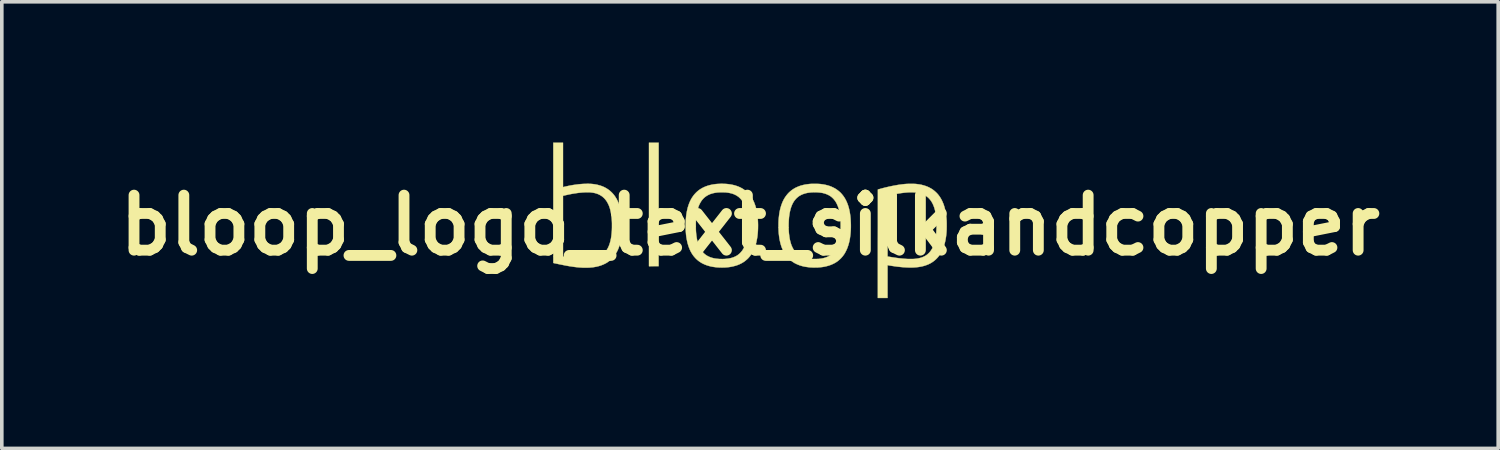
<source format=kicad_pcb>
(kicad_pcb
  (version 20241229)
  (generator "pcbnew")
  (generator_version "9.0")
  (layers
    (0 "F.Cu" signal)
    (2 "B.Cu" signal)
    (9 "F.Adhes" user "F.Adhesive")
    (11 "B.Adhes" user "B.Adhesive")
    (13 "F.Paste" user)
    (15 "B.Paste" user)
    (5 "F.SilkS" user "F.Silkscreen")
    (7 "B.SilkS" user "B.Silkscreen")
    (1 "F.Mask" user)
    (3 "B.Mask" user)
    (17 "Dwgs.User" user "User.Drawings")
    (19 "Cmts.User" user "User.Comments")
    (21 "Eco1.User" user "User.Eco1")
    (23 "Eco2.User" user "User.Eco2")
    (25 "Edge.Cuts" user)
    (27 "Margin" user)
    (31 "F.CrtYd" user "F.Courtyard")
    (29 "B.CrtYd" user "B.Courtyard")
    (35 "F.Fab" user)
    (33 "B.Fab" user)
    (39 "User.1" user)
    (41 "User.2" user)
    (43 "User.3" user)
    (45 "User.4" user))
  (footprint "bloop_logo_text_silkandcopper"
    (layer "F.Cu")
    (at 17.715 3.187)
    (property "Reference" "bloop_logo_text_silkandcopper" (at 0 0 0) (layer "F.SilkS") (effects (font (size 1.524 1.524) (thickness 0.3))))
    (attr smd)
    (fp_poly (pts (xy 2.742 1.633) (xy 2.746 1.636) (xy 2.748 1.641) (xy 2.747 1.644) (xy 2.746 1.646) (xy 2.741 1.65) (xy 2.734 1.654) (xy 2.724 1.66) (xy 2.713 1.666) (xy 2.7 1.673) (xy 2.686 1.681) (xy 2.67 1.689) (xy 2.654 1.697) (xy 2.638 1.705) (xy 2.621 1.713) (xy 2.604 1.722) (xy 2.588 1.729) (xy 2.572 1.736) (xy 2.561 1.741) (xy 2.491 1.771) (xy 2.42 1.798) (xy 2.347 1.821) (xy 2.274 1.843) (xy 2.201 1.861) (xy 2.127 1.876) (xy 2.053 1.889) (xy 1.98 1.898) (xy 1.907 1.904) (xy 1.835 1.908) (xy 1.83 1.908) (xy 1.818 1.908) (xy 1.806 1.908) (xy 1.796 1.908) (xy 1.787 1.909) (xy 1.78 1.909) (xy 1.777 1.909) (xy 1.773 1.909) (xy 1.767 1.909) (xy 1.757 1.909) (xy 1.747 1.909) (xy 1.734 1.909) (xy 1.721 1.908) (xy 1.719 1.908) (xy 1.639 1.905) (xy 1.56 1.898) (xy 1.481 1.887) (xy 1.402 1.874) (xy 1.324 1.857) (xy 1.246 1.837) (xy 1.17 1.814) (xy 1.094 1.788) (xy 1.019 1.758) (xy 0.946 1.726) (xy 0.892 1.7) (xy 0.876 1.692) (xy 0.861 1.684) (xy 0.846 1.676) (xy 0.833 1.669) (xy 0.821 1.662) (xy 0.811 1.656) (xy 0.803 1.652) (xy 0.797 1.648) (xy 0.794 1.646) (xy 0.794 1.645) (xy 0.793 1.641) (xy 0.795 1.636) (xy 0.798 1.634) (xy 0.799 1.634) (xy 0.802 1.634) (xy 0.806 1.635) (xy 0.812 1.638) (xy 0.82 1.641) (xy 0.831 1.646) (xy 0.837 1.648) (xy 0.911 1.679) (xy 0.985 1.707) (xy 1.061 1.732) (xy 1.138 1.754) (xy 1.216 1.773) (xy 1.296 1.79) (xy 1.377 1.803) (xy 1.46 1.814) (xy 1.545 1.823) (xy 1.57 1.824) (xy 1.622 1.828) (xy 1.676 1.83) (xy 1.731 1.831) (xy 1.788 1.831) (xy 1.844 1.83) (xy 1.9 1.829) (xy 1.953 1.826) (xy 1.978 1.825) (xy 2.062 1.817) (xy 2.143 1.807) (xy 2.224 1.795) (xy 2.302 1.779) (xy 2.38 1.761) (xy 2.456 1.739) (xy 2.532 1.715) (xy 2.607 1.688) (xy 2.682 1.657) (xy 2.705 1.648) (xy 2.716 1.643) (xy 2.725 1.639) (xy 2.733 1.636) (xy 2.739 1.634) (xy 2.742 1.633) (xy 2.742 1.633)) (stroke (width 0.102) (type solid)) (fill yes) (layer "F.Mask"))
    (fp_poly (pts (xy 1.795 -1.904) (xy 1.815 -1.904) (xy 1.833 -1.904) (xy 1.849 -1.904) (xy 1.864 -1.903) (xy 1.878 -1.903) (xy 1.891 -1.902) (xy 1.904 -1.901) (xy 1.917 -1.9) (xy 1.931 -1.899) (xy 1.946 -1.898) (xy 1.952 -1.897) (xy 2.033 -1.888) (xy 2.113 -1.875) (xy 2.193 -1.859) (xy 2.272 -1.84) (xy 2.35 -1.817) (xy 2.427 -1.792) (xy 2.503 -1.763) (xy 2.559 -1.739) (xy 2.572 -1.733) (xy 2.587 -1.726) (xy 2.603 -1.718) (xy 2.62 -1.71) (xy 2.637 -1.702) (xy 2.653 -1.694) (xy 2.67 -1.685) (xy 2.686 -1.677) (xy 2.7 -1.669) (xy 2.713 -1.662) (xy 2.725 -1.656) (xy 2.734 -1.651) (xy 2.74 -1.647) (xy 2.742 -1.645) (xy 2.746 -1.642) (xy 2.746 -1.639) (xy 2.746 -1.638) (xy 2.744 -1.635) (xy 2.742 -1.633) (xy 2.74 -1.634) (xy 2.735 -1.635) (xy 2.728 -1.638) (xy 2.72 -1.641) (xy 2.713 -1.644) (xy 2.641 -1.675) (xy 2.568 -1.703) (xy 2.492 -1.728) (xy 2.415 -1.751) (xy 2.336 -1.771) (xy 2.255 -1.788) (xy 2.174 -1.802) (xy 2.091 -1.813) (xy 2.042 -1.819) (xy 2.008 -1.822) (xy 1.976 -1.824) (xy 1.944 -1.826) (xy 1.913 -1.828) (xy 1.881 -1.829) (xy 1.847 -1.83) (xy 1.812 -1.831) (xy 1.774 -1.831) (xy 1.769 -1.831) (xy 1.712 -1.831) (xy 1.659 -1.829) (xy 1.607 -1.827) (xy 1.558 -1.824) (xy 1.509 -1.821) (xy 1.462 -1.816) (xy 1.415 -1.81) (xy 1.367 -1.803) (xy 1.339 -1.798) (xy 1.267 -1.785) (xy 1.197 -1.77) (xy 1.129 -1.752) (xy 1.061 -1.732) (xy 0.993 -1.71) (xy 0.925 -1.685) (xy 0.856 -1.657) (xy 0.811 -1.637) (xy 0.805 -1.634) (xy 0.802 -1.633) (xy 0.8 -1.633) (xy 0.798 -1.634) (xy 0.797 -1.635) (xy 0.795 -1.637) (xy 0.794 -1.639) (xy 0.795 -1.641) (xy 0.797 -1.643) (xy 0.8 -1.646) (xy 0.806 -1.65) (xy 0.815 -1.655) (xy 0.826 -1.661) (xy 0.826 -1.661) (xy 0.898 -1.699) (xy 0.971 -1.734) (xy 1.045 -1.766) (xy 1.121 -1.794) (xy 1.197 -1.819) (xy 1.275 -1.841) (xy 1.353 -1.86) (xy 1.432 -1.876) (xy 1.512 -1.888) (xy 1.522 -1.89) (xy 1.546 -1.893) (xy 1.568 -1.895) (xy 1.589 -1.897) (xy 1.609 -1.899) (xy 1.628 -1.901) (xy 1.647 -1.902) (xy 1.667 -1.903) (xy 1.688 -1.903) (xy 1.711 -1.904) (xy 1.735 -1.904) (xy 1.763 -1.904) (xy 1.771 -1.904) (xy 1.795 -1.904)) (stroke (width 0.127) (type solid)) (fill yes) (layer "F.Mask"))
    (fp_poly (pts (xy 0.401 2.075) (xy 0.406 2.077) (xy 0.412 2.08) (xy 0.421 2.084) (xy 0.431 2.088) (xy 0.433 2.089) (xy 0.518 2.126) (xy 0.604 2.161) (xy 0.691 2.192) (xy 0.779 2.221) (xy 0.868 2.247) (xy 0.959 2.27) (xy 1.051 2.291) (xy 1.145 2.309) (xy 1.241 2.324) (xy 1.305 2.332) (xy 1.384 2.341) (xy 1.466 2.349) (xy 1.55 2.354) (xy 1.635 2.358) (xy 1.722 2.36) (xy 1.808 2.36) (xy 1.895 2.358) (xy 1.98 2.355) (xy 2.065 2.35) (xy 2.148 2.343) (xy 2.161 2.342) (xy 2.26 2.33) (xy 2.357 2.316) (xy 2.454 2.299) (xy 2.548 2.278) (xy 2.642 2.255) (xy 2.735 2.228) (xy 2.828 2.199) (xy 2.92 2.166) (xy 3.011 2.129) (xy 3.1 2.091) (xy 3.113 2.085) (xy 3.123 2.081) (xy 3.131 2.078) (xy 3.137 2.076) (xy 3.141 2.075) (xy 3.144 2.076) (xy 3.146 2.077) (xy 3.147 2.079) (xy 3.148 2.081) (xy 3.149 2.083) (xy 3.149 2.085) (xy 3.149 2.087) (xy 3.147 2.089) (xy 3.145 2.091) (xy 3.141 2.094) (xy 3.135 2.098) (xy 3.128 2.102) (xy 3.118 2.108) (xy 3.106 2.115) (xy 3.092 2.123) (xy 3.085 2.126) (xy 3.004 2.17) (xy 2.92 2.211) (xy 2.835 2.249) (xy 2.748 2.284) (xy 2.66 2.317) (xy 2.571 2.346) (xy 2.481 2.372) (xy 2.39 2.396) (xy 2.299 2.415) (xy 2.268 2.421) (xy 2.193 2.434) (xy 2.117 2.445) (xy 2.043 2.454) (xy 1.969 2.461) (xy 1.897 2.465) (xy 1.839 2.466) (xy 1.825 2.467) (xy 1.812 2.467) (xy 1.801 2.467) (xy 1.791 2.467) (xy 1.783 2.467) (xy 1.778 2.468) (xy 1.776 2.468) (xy 1.772 2.468) (xy 1.766 2.468) (xy 1.756 2.468) (xy 1.745 2.468) (xy 1.732 2.467) (xy 1.719 2.467) (xy 1.709 2.467) (xy 1.621 2.464) (xy 1.533 2.458) (xy 1.444 2.448) (xy 1.389 2.441) (xy 1.294 2.426) (xy 1.2 2.407) (xy 1.107 2.385) (xy 1.015 2.36) (xy 0.923 2.332) (xy 0.833 2.301) (xy 0.744 2.266) (xy 0.656 2.228) (xy 0.569 2.187) (xy 0.548 2.177) (xy 0.533 2.169) (xy 0.517 2.161) (xy 0.501 2.152) (xy 0.485 2.144) (xy 0.469 2.135) (xy 0.454 2.127) (xy 0.439 2.119) (xy 0.426 2.112) (xy 0.415 2.105) (xy 0.405 2.1) (xy 0.398 2.096) (xy 0.394 2.092) (xy 0.392 2.092) (xy 0.39 2.088) (xy 0.39 2.083) (xy 0.392 2.078) (xy 0.395 2.075) (xy 0.398 2.074) (xy 0.401 2.075)) (stroke (width 0.102) (type solid)) (fill yes) (layer "F.Mask"))
    (fp_poly (pts (xy -0.084 2.588) (xy -0.078 2.59) (xy -0.071 2.593) (xy -0.062 2.597) (xy -0.053 2.601) (xy -0.048 2.603) (xy 0.051 2.648) (xy 0.151 2.69) (xy 0.252 2.728) (xy 0.355 2.764) (xy 0.459 2.798) (xy 0.564 2.828) (xy 0.671 2.855) (xy 0.779 2.88) (xy 0.889 2.902) (xy 1.001 2.921) (xy 1.114 2.938) (xy 1.229 2.951) (xy 1.347 2.962) (xy 1.466 2.97) (xy 1.522 2.973) (xy 1.574 2.976) (xy 1.629 2.977) (xy 1.685 2.978) (xy 1.743 2.979) (xy 1.802 2.979) (xy 1.861 2.978) (xy 1.919 2.977) (xy 1.977 2.975) (xy 2.032 2.973) (xy 2.046 2.973) (xy 2.162 2.966) (xy 2.275 2.956) (xy 2.387 2.944) (xy 2.497 2.93) (xy 2.605 2.912) (xy 2.711 2.892) (xy 2.817 2.87) (xy 2.921 2.844) (xy 3.024 2.816) (xy 3.126 2.784) (xy 3.228 2.75) (xy 3.329 2.713) (xy 3.43 2.673) (xy 3.531 2.63) (xy 3.584 2.606) (xy 3.596 2.6) (xy 3.606 2.595) (xy 3.614 2.592) (xy 3.62 2.59) (xy 3.624 2.589) (xy 3.627 2.588) (xy 3.629 2.588) (xy 3.634 2.591) (xy 3.638 2.596) (xy 3.639 2.601) (xy 3.637 2.607) (xy 3.634 2.611) (xy 3.631 2.613) (xy 3.626 2.616) (xy 3.618 2.621) (xy 3.609 2.626) (xy 3.598 2.633) (xy 3.585 2.64) (xy 3.572 2.648) (xy 3.558 2.656) (xy 3.544 2.664) (xy 3.53 2.672) (xy 3.516 2.679) (xy 3.503 2.686) (xy 3.501 2.687) (xy 3.402 2.739) (xy 3.302 2.787) (xy 3.201 2.832) (xy 3.098 2.874) (xy 2.995 2.913) (xy 2.89 2.949) (xy 2.785 2.981) (xy 2.678 3.01) (xy 2.571 3.036) (xy 2.463 3.059) (xy 2.354 3.079) (xy 2.245 3.095) (xy 2.135 3.108) (xy 2.025 3.117) (xy 1.965 3.121) (xy 1.934 3.122) (xy 1.9 3.124) (xy 1.865 3.124) (xy 1.829 3.125) (xy 1.792 3.126) (xy 1.756 3.126) (xy 1.722 3.126) (xy 1.689 3.125) (xy 1.658 3.124) (xy 1.648 3.124) (xy 1.537 3.118) (xy 1.426 3.109) (xy 1.315 3.097) (xy 1.206 3.082) (xy 1.097 3.063) (xy 0.989 3.041) (xy 0.882 3.015) (xy 0.775 2.987) (xy 0.669 2.955) (xy 0.623 2.94) (xy 0.519 2.903) (xy 0.417 2.864) (xy 0.315 2.821) (xy 0.214 2.775) (xy 0.114 2.726) (xy 0.016 2.674) (xy 0.004 2.668) (xy -0.01 2.66) (xy -0.025 2.652) (xy -0.039 2.644) (xy -0.052 2.636) (xy -0.064 2.629) (xy -0.074 2.623) (xy -0.083 2.618) (xy -0.089 2.614) (xy -0.093 2.611) (xy -0.094 2.61) (xy -0.098 2.605) (xy -0.098 2.599) (xy -0.095 2.593) (xy -0.094 2.592) (xy -0.09 2.589) (xy -0.086 2.587) (xy -0.086 2.587) (xy -0.084 2.588)) (stroke (width 0.102) (type solid)) (fill yes) (layer "F.Mask"))
    (fp_poly (pts (xy 1.801 -2.465) (xy 1.825 -2.464) (xy 1.846 -2.464) (xy 1.866 -2.464) (xy 1.884 -2.464) (xy 1.9 -2.463) (xy 1.917 -2.462) (xy 1.933 -2.462) (xy 1.949 -2.46) (xy 1.966 -2.459) (xy 1.985 -2.458) (xy 2.005 -2.456) (xy 2.022 -2.454) (xy 2.116 -2.444) (xy 2.21 -2.43) (xy 2.303 -2.413) (xy 2.395 -2.393) (xy 2.487 -2.37) (xy 2.578 -2.343) (xy 2.668 -2.313) (xy 2.758 -2.28) (xy 2.846 -2.244) (xy 2.932 -2.205) (xy 3.018 -2.162) (xy 3.091 -2.123) (xy 3.106 -2.115) (xy 3.118 -2.108) (xy 3.128 -2.102) (xy 3.136 -2.098) (xy 3.142 -2.094) (xy 3.146 -2.091) (xy 3.148 -2.089) (xy 3.15 -2.087) (xy 3.151 -2.085) (xy 3.151 -2.084) (xy 3.15 -2.079) (xy 3.148 -2.075) (xy 3.144 -2.073) (xy 3.143 -2.073) (xy 3.14 -2.073) (xy 3.135 -2.075) (xy 3.128 -2.078) (xy 3.12 -2.082) (xy 3.112 -2.086) (xy 3.028 -2.123) (xy 2.941 -2.158) (xy 2.853 -2.19) (xy 2.763 -2.219) (xy 2.671 -2.246) (xy 2.577 -2.27) (xy 2.482 -2.291) (xy 2.385 -2.309) (xy 2.286 -2.324) (xy 2.186 -2.337) (xy 2.099 -2.345) (xy 2.066 -2.348) (xy 2.035 -2.35) (xy 2.005 -2.352) (xy 1.975 -2.354) (xy 1.946 -2.355) (xy 1.915 -2.356) (xy 1.884 -2.357) (xy 1.851 -2.357) (xy 1.815 -2.358) (xy 1.777 -2.358) (xy 1.768 -2.358) (xy 1.72 -2.358) (xy 1.676 -2.357) (xy 1.634 -2.356) (xy 1.593 -2.355) (xy 1.554 -2.353) (xy 1.516 -2.351) (xy 1.478 -2.349) (xy 1.439 -2.346) (xy 1.4 -2.342) (xy 1.37 -2.339) (xy 1.269 -2.327) (xy 1.17 -2.312) (xy 1.071 -2.294) (xy 0.974 -2.272) (xy 0.878 -2.248) (xy 0.783 -2.22) (xy 0.689 -2.189) (xy 0.596 -2.155) (xy 0.504 -2.117) (xy 0.43 -2.085) (xy 0.421 -2.081) (xy 0.414 -2.077) (xy 0.407 -2.075) (xy 0.403 -2.073) (xy 0.401 -2.073) (xy 0.398 -2.074) (xy 0.396 -2.076) (xy 0.393 -2.08) (xy 0.393 -2.086) (xy 0.396 -2.09) (xy 0.396 -2.09) (xy 0.398 -2.092) (xy 0.403 -2.095) (xy 0.41 -2.099) (xy 0.418 -2.103) (xy 0.427 -2.109) (xy 0.431 -2.111) (xy 0.515 -2.157) (xy 0.601 -2.2) (xy 0.688 -2.239) (xy 0.776 -2.276) (xy 0.866 -2.31) (xy 0.957 -2.34) (xy 1.049 -2.367) (xy 1.141 -2.391) (xy 1.153 -2.394) (xy 1.247 -2.414) (xy 1.34 -2.431) (xy 1.434 -2.445) (xy 1.528 -2.455) (xy 1.56 -2.458) (xy 1.578 -2.459) (xy 1.594 -2.46) (xy 1.609 -2.461) (xy 1.623 -2.462) (xy 1.637 -2.463) (xy 1.65 -2.463) (xy 1.664 -2.464) (xy 1.678 -2.464) (xy 1.694 -2.464) (xy 1.712 -2.464) (xy 1.731 -2.465) (xy 1.754 -2.465) (xy 1.774 -2.465) (xy 1.801 -2.465)) (stroke (width 0.127) (type solid)) (fill yes) (layer "F.Mask"))
    (fp_poly (pts (xy 1.829 -3.124) (xy 1.939 -3.12) (xy 2.049 -3.113) (xy 2.159 -3.103) (xy 2.211 -3.097) (xy 2.321 -3.082) (xy 2.43 -3.063) (xy 2.538 -3.042) (xy 2.646 -3.017) (xy 2.753 -2.988) (xy 2.858 -2.957) (xy 2.963 -2.922) (xy 3.067 -2.884) (xy 3.17 -2.844) (xy 3.271 -2.799) (xy 3.371 -2.752) (xy 3.47 -2.702) (xy 3.567 -2.649) (xy 3.614 -2.622) (xy 3.622 -2.617) (xy 3.629 -2.613) (xy 3.634 -2.609) (xy 3.637 -2.607) (xy 3.637 -2.606) (xy 3.639 -2.6) (xy 3.637 -2.594) (xy 3.634 -2.589) (xy 3.628 -2.586) (xy 3.626 -2.587) (xy 3.621 -2.588) (xy 3.615 -2.591) (xy 3.605 -2.594) (xy 3.594 -2.6) (xy 3.586 -2.603) (xy 3.484 -2.649) (xy 3.381 -2.692) (xy 3.276 -2.731) (xy 3.17 -2.768) (xy 3.063 -2.802) (xy 2.954 -2.833) (xy 2.843 -2.86) (xy 2.731 -2.885) (xy 2.617 -2.907) (xy 2.502 -2.926) (xy 2.385 -2.942) (xy 2.266 -2.955) (xy 2.146 -2.965) (xy 2.073 -2.969) (xy 2.053 -2.97) (xy 2.034 -2.971) (xy 2.017 -2.972) (xy 2 -2.973) (xy 1.984 -2.974) (xy 1.969 -2.974) (xy 1.954 -2.975) (xy 1.938 -2.975) (xy 1.921 -2.975) (xy 1.903 -2.976) (xy 1.884 -2.976) (xy 1.863 -2.976) (xy 1.84 -2.976) (xy 1.815 -2.976) (xy 1.787 -2.976) (xy 1.767 -2.976) (xy 1.736 -2.976) (xy 1.708 -2.976) (xy 1.683 -2.976) (xy 1.66 -2.976) (xy 1.639 -2.976) (xy 1.619 -2.975) (xy 1.601 -2.975) (xy 1.584 -2.975) (xy 1.567 -2.974) (xy 1.551 -2.974) (xy 1.535 -2.973) (xy 1.518 -2.972) (xy 1.5 -2.972) (xy 1.481 -2.971) (xy 1.461 -2.969) (xy 1.456 -2.969) (xy 1.342 -2.962) (xy 1.23 -2.951) (xy 1.119 -2.939) (xy 1.011 -2.923) (xy 0.904 -2.905) (xy 0.798 -2.885) (xy 0.694 -2.861) (xy 0.591 -2.835) (xy 0.488 -2.806) (xy 0.387 -2.774) (xy 0.286 -2.739) (xy 0.185 -2.701) (xy 0.084 -2.66) (xy -0.016 -2.616) (xy -0.041 -2.605) (xy -0.052 -2.6) (xy -0.062 -2.595) (xy -0.071 -2.591) (xy -0.078 -2.588) (xy -0.083 -2.586) (xy -0.085 -2.586) (xy -0.085 -2.586) (xy -0.088 -2.587) (xy -0.091 -2.588) (xy -0.096 -2.592) (xy -0.098 -2.598) (xy -0.097 -2.604) (xy -0.097 -2.606) (xy -0.095 -2.608) (xy -0.09 -2.611) (xy -0.084 -2.615) (xy -0.076 -2.62) (xy -0.066 -2.626) (xy -0.061 -2.629) (xy 0.036 -2.683) (xy 0.134 -2.734) (xy 0.234 -2.783) (xy 0.335 -2.828) (xy 0.437 -2.87) (xy 0.539 -2.909) (xy 0.643 -2.944) (xy 0.748 -2.977) (xy 0.854 -3.006) (xy 0.96 -3.032) (xy 1.067 -3.055) (xy 1.174 -3.075) (xy 1.282 -3.091) (xy 1.391 -3.104) (xy 1.5 -3.114) (xy 1.609 -3.121) (xy 1.719 -3.124) (xy 1.829 -3.124)) (stroke (width 0.127) (type solid)) (fill yes) (layer "F.Mask"))
    (fp_poly (pts (xy -2.53 -0.577) (xy -2.531 1.132) (xy -2.664 1.132) (xy -2.797 1.133) (xy -2.797 -2.286) (xy -2.53 -2.286) (xy -2.53 -0.577)) (stroke (width 0.01) (type solid)) (fill yes) (layer "F.SilkS"))
    (fp_poly (pts (xy -5.178 -1.055) (xy -5.156 -1.061) (xy -5.07 -1.081) (xy -4.985 -1.099) (xy -4.9 -1.114) (xy -4.814 -1.126) (xy -4.726 -1.137) (xy -4.637 -1.144) (xy -4.631 -1.145) (xy -4.621 -1.145) (xy -4.608 -1.146) (xy -4.593 -1.146) (xy -4.576 -1.147) (xy -4.557 -1.147) (xy -4.538 -1.147) (xy -4.518 -1.148) (xy -4.499 -1.148) (xy -4.48 -1.148) (xy -4.462 -1.148) (xy -4.446 -1.147) (xy -4.432 -1.147) (xy -4.421 -1.147) (xy -4.415 -1.147) (xy -4.365 -1.143) (xy -4.317 -1.137) (xy -4.272 -1.13) (xy -4.228 -1.121) (xy -4.186 -1.11) (xy -4.144 -1.098) (xy -4.134 -1.095) (xy -4.085 -1.077) (xy -4.037 -1.056) (xy -3.992 -1.032) (xy -3.949 -1.006) (xy -3.908 -0.977) (xy -3.869 -0.946) (xy -3.832 -0.912) (xy -3.798 -0.876) (xy -3.765 -0.837) (xy -3.735 -0.795) (xy -3.731 -0.789) (xy -3.72 -0.772) (xy -3.711 -0.757) (xy -3.702 -0.743) (xy -3.694 -0.729) (xy -3.686 -0.714) (xy -3.677 -0.697) (xy -3.676 -0.693) (xy -3.653 -0.645) (xy -3.632 -0.595) (xy -3.614 -0.542) (xy -3.598 -0.486) (xy -3.583 -0.428) (xy -3.571 -0.368) (xy -3.561 -0.305) (xy -3.552 -0.239) (xy -3.546 -0.171) (xy -3.544 -0.146) (xy -3.543 -0.119) (xy -3.542 -0.09) (xy -3.541 -0.059) (xy -3.54 -0.027) (xy -3.54 0.006) (xy -3.54 0.039) (xy -3.541 0.072) (xy -3.542 0.103) (xy -3.543 0.132) (xy -3.544 0.157) (xy -3.55 0.228) (xy -3.557 0.296) (xy -3.567 0.361) (xy -3.579 0.424) (xy -3.593 0.484) (xy -3.608 0.542) (xy -3.626 0.597) (xy -3.646 0.649) (xy -3.668 0.699) (xy -3.693 0.746) (xy -3.719 0.791) (xy -3.747 0.833) (xy -3.778 0.873) (xy -3.811 0.91) (xy -3.845 0.945) (xy -3.882 0.977) (xy -3.889 0.982) (xy -3.917 1.004) (xy -3.946 1.023) (xy -3.975 1.042) (xy -4.007 1.059) (xy -4.025 1.068) (xy -4.067 1.088) (xy -4.111 1.105) (xy -4.156 1.121) (xy -4.203 1.134) (xy -4.252 1.146) (xy -4.302 1.155) (xy -4.355 1.163) (xy -4.411 1.168) (xy -4.457 1.172) (xy -4.465 1.172) (xy -4.475 1.172) (xy -4.488 1.173) (xy -4.502 1.173) (xy -4.518 1.173) (xy -4.535 1.173) (xy -4.552 1.173) (xy -4.569 1.173) (xy -4.585 1.173) (xy -4.601 1.173) (xy -4.614 1.173) (xy -4.626 1.173) (xy -4.635 1.173) (xy -4.638 1.172) (xy -4.674 1.17) (xy -4.709 1.168) (xy -4.745 1.165) (xy -4.78 1.162) (xy -4.816 1.158) (xy -4.852 1.154) (xy -4.889 1.149) (xy -4.927 1.143) (xy -4.966 1.137) (xy -5.007 1.131) (xy -5.049 1.124) (xy -5.093 1.116) (xy -5.139 1.107) (xy -5.188 1.097) (xy -5.239 1.087) (xy -5.293 1.076) (xy -5.349 1.064) (xy -5.367 1.06) (xy -5.382 1.057) (xy -5.396 1.054) (xy -5.409 1.051) (xy -5.421 1.049) (xy -5.43 1.047) (xy -5.437 1.045) (xy -5.441 1.044) (xy -5.442 1.044) (xy -5.446 1.043) (xy -5.446 -0.816) (xy -5.178 -0.816) (xy -5.178 0.865) (xy -5.157 0.868) (xy -5.149 0.87) (xy -5.139 0.872) (xy -5.127 0.874) (xy -5.114 0.876) (xy -5.101 0.878) (xy -5.099 0.879) (xy -5.056 0.886) (xy -5.011 0.894) (xy -4.966 0.9) (xy -4.921 0.907) (xy -4.877 0.912) (xy -4.835 0.917) (xy -4.801 0.921) (xy -4.783 0.923) (xy -4.766 0.925) (xy -4.749 0.926) (xy -4.733 0.927) (xy -4.716 0.929) (xy -4.698 0.93) (xy -4.678 0.931) (xy -4.657 0.932) (xy -4.633 0.933) (xy -4.624 0.934) (xy -4.615 0.934) (xy -4.604 0.934) (xy -4.59 0.934) (xy -4.575 0.934) (xy -4.558 0.934) (xy -4.54 0.934) (xy -4.523 0.933) (xy -4.505 0.933) (xy -4.489 0.933) (xy -4.474 0.932) (xy -4.46 0.932) (xy -4.449 0.931) (xy -4.442 0.931) (xy -4.397 0.926) (xy -4.356 0.92) (xy -4.316 0.913) (xy -4.279 0.904) (xy -4.244 0.893) (xy -4.211 0.881) (xy -4.178 0.868) (xy -4.166 0.862) (xy -4.132 0.843) (xy -4.099 0.822) (xy -4.068 0.799) (xy -4.039 0.773) (xy -4.012 0.744) (xy -3.987 0.713) (xy -3.963 0.679) (xy -3.942 0.643) (xy -3.922 0.604) (xy -3.904 0.562) (xy -3.888 0.518) (xy -3.874 0.471) (xy -3.861 0.421) (xy -3.85 0.368) (xy -3.841 0.312) (xy -3.834 0.254) (xy -3.828 0.193) (xy -3.827 0.177) (xy -3.825 0.152) (xy -3.824 0.125) (xy -3.823 0.096) (xy -3.822 0.065) (xy -3.822 0.034) (xy -3.822 0.003) (xy -3.822 -0.028) (xy -3.822 -0.057) (xy -3.823 -0.084) (xy -3.824 -0.104) (xy -3.827 -0.166) (xy -3.833 -0.226) (xy -3.84 -0.283) (xy -3.849 -0.337) (xy -3.859 -0.388) (xy -3.871 -0.438) (xy -3.885 -0.485) (xy -3.901 -0.53) (xy -3.905 -0.541) (xy -3.914 -0.561) (xy -3.924 -0.583) (xy -3.935 -0.605) (xy -3.947 -0.627) (xy -3.959 -0.648) (xy -3.971 -0.668) (xy -3.982 -0.683) (xy -4.005 -0.713) (xy -4.03 -0.742) (xy -4.057 -0.768) (xy -4.085 -0.792) (xy -4.115 -0.814) (xy -4.115 -0.814) (xy -4.15 -0.835) (xy -4.186 -0.854) (xy -4.225 -0.87) (xy -4.266 -0.884) (xy -4.308 -0.895) (xy -4.353 -0.903) (xy -4.401 -0.909) (xy -4.417 -0.911) (xy -4.447 -0.913) (xy -4.48 -0.914) (xy -4.516 -0.914) (xy -4.554 -0.913) (xy -4.593 -0.911) (xy -4.634 -0.909) (xy -4.676 -0.905) (xy -4.719 -0.901) (xy -4.762 -0.896) (xy -4.806 -0.89) (xy -4.82 -0.888) (xy -4.865 -0.881) (xy -4.913 -0.873) (xy -4.962 -0.864) (xy -5.012 -0.854) (xy -5.062 -0.843) (xy -5.112 -0.832) (xy -5.149 -0.823) (xy -5.178 -0.816) (xy -5.446 -0.816) (xy -5.446 -2.286) (xy -5.178 -2.286) (xy -5.178 -1.055)) (stroke (width 0.01) (type solid)) (fill yes) (layer "F.SilkS"))
    (fp_poly (pts (xy 1.815 -1.147) (xy 1.837 -1.147) (xy 1.856 -1.147) (xy 1.873 -1.146) (xy 1.889 -1.146) (xy 1.904 -1.145) (xy 1.918 -1.144) (xy 1.932 -1.143) (xy 1.946 -1.142) (xy 1.962 -1.14) (xy 1.978 -1.138) (xy 1.979 -1.138) (xy 2.038 -1.129) (xy 2.095 -1.118) (xy 2.149 -1.104) (xy 2.202 -1.088) (xy 2.252 -1.069) (xy 2.299 -1.047) (xy 2.345 -1.024) (xy 2.388 -0.997) (xy 2.429 -0.968) (xy 2.468 -0.937) (xy 2.505 -0.903) (xy 2.539 -0.866) (xy 2.571 -0.827) (xy 2.601 -0.786) (xy 2.629 -0.741) (xy 2.654 -0.695) (xy 2.678 -0.645) (xy 2.699 -0.593) (xy 2.718 -0.539) (xy 2.735 -0.482) (xy 2.749 -0.423) (xy 2.76 -0.37) (xy 2.769 -0.314) (xy 2.777 -0.256) (xy 2.783 -0.196) (xy 2.787 -0.134) (xy 2.79 -0.072) (xy 2.792 -0.009) (xy 2.792 0.055) (xy 2.79 0.118) (xy 2.786 0.181) (xy 2.781 0.242) (xy 2.774 0.301) (xy 2.765 0.367) (xy 2.753 0.43) (xy 2.739 0.49) (xy 2.722 0.548) (xy 2.704 0.603) (xy 2.683 0.656) (xy 2.66 0.706) (xy 2.635 0.754) (xy 2.608 0.799) (xy 2.578 0.841) (xy 2.55 0.876) (xy 2.534 0.894) (xy 2.516 0.914) (xy 2.496 0.933) (xy 2.476 0.952) (xy 2.455 0.97) (xy 2.436 0.986) (xy 2.431 0.99) (xy 2.391 1.018) (xy 2.35 1.043) (xy 2.305 1.066) (xy 2.259 1.087) (xy 2.21 1.106) (xy 2.159 1.122) (xy 2.106 1.136) (xy 2.05 1.148) (xy 1.993 1.157) (xy 1.933 1.163) (xy 1.872 1.168) (xy 1.808 1.169) (xy 1.743 1.169) (xy 1.725 1.168) (xy 1.661 1.165) (xy 1.6 1.158) (xy 1.541 1.15) (xy 1.484 1.139) (xy 1.429 1.125) (xy 1.377 1.109) (xy 1.327 1.09) (xy 1.28 1.069) (xy 1.234 1.046) (xy 1.191 1.019) (xy 1.15 0.991) (xy 1.111 0.96) (xy 1.075 0.926) (xy 1.041 0.89) (xy 1.009 0.851) (xy 1.004 0.845) (xy 0.975 0.804) (xy 0.948 0.76) (xy 0.923 0.714) (xy 0.9 0.665) (xy 0.879 0.614) (xy 0.86 0.56) (xy 0.844 0.504) (xy 0.83 0.445) (xy 0.817 0.383) (xy 0.807 0.319) (xy 0.799 0.252) (xy 0.795 0.211) (xy 0.792 0.165) (xy 0.79 0.117) (xy 0.788 0.067) (xy 0.788 0.017) (xy 0.788 -0.004) (xy 1.069 -0.004) (xy 1.069 0.053) (xy 1.07 0.109) (xy 1.073 0.165) (xy 1.077 0.219) (xy 1.083 0.271) (xy 1.089 0.318) (xy 1.098 0.374) (xy 1.11 0.427) (xy 1.123 0.477) (xy 1.137 0.524) (xy 1.154 0.569) (xy 1.173 0.61) (xy 1.193 0.649) (xy 1.195 0.652) (xy 1.217 0.687) (xy 1.241 0.72) (xy 1.266 0.751) (xy 1.294 0.779) (xy 1.324 0.805) (xy 1.356 0.828) (xy 1.39 0.849) (xy 1.426 0.867) (xy 1.464 0.883) (xy 1.505 0.897) (xy 1.548 0.909) (xy 1.593 0.919) (xy 1.642 0.926) (xy 1.692 0.931) (xy 1.731 0.934) (xy 1.74 0.934) (xy 1.751 0.934) (xy 1.765 0.934) (xy 1.781 0.934) (xy 1.798 0.934) (xy 1.815 0.934) (xy 1.833 0.933) (xy 1.849 0.933) (xy 1.865 0.932) (xy 1.879 0.932) (xy 1.891 0.931) (xy 1.9 0.931) (xy 1.902 0.931) (xy 1.95 0.925) (xy 1.995 0.918) (xy 2.038 0.909) (xy 2.078 0.898) (xy 2.116 0.884) (xy 2.152 0.869) (xy 2.186 0.852) (xy 2.219 0.832) (xy 2.249 0.81) (xy 2.272 0.792) (xy 2.301 0.765) (xy 2.328 0.735) (xy 2.353 0.703) (xy 2.376 0.667) (xy 2.398 0.629) (xy 2.417 0.587) (xy 2.435 0.543) (xy 2.451 0.496) (xy 2.465 0.447) (xy 2.477 0.394) (xy 2.487 0.339) (xy 2.495 0.281) (xy 2.498 0.261) (xy 2.501 0.232) (xy 2.503 0.204) (xy 2.505 0.176) (xy 2.507 0.147) (xy 2.508 0.117) (xy 2.509 0.085) (xy 2.509 0.051) (xy 2.51 0.015) (xy 2.51 0.013) (xy 2.509 -0.015) (xy 2.509 -0.041) (xy 2.509 -0.064) (xy 2.508 -0.086) (xy 2.508 -0.106) (xy 2.507 -0.126) (xy 2.505 -0.146) (xy 2.504 -0.167) (xy 2.504 -0.172) (xy 2.498 -0.234) (xy 2.49 -0.293) (xy 2.481 -0.349) (xy 2.47 -0.402) (xy 2.457 -0.452) (xy 2.442 -0.5) (xy 2.425 -0.545) (xy 2.406 -0.587) (xy 2.386 -0.627) (xy 2.364 -0.663) (xy 2.339 -0.697) (xy 2.313 -0.729) (xy 2.285 -0.757) (xy 2.256 -0.783) (xy 2.231 -0.802) (xy 2.205 -0.819) (xy 2.177 -0.835) (xy 2.162 -0.842) (xy 2.126 -0.859) (xy 2.09 -0.872) (xy 2.052 -0.884) (xy 2.013 -0.894) (xy 1.971 -0.901) (xy 1.964 -0.902) (xy 1.924 -0.907) (xy 1.882 -0.911) (xy 1.837 -0.913) (xy 1.793 -0.914) (xy 1.747 -0.913) (xy 1.703 -0.911) (xy 1.66 -0.907) (xy 1.634 -0.904) (xy 1.587 -0.897) (xy 1.543 -0.887) (xy 1.5 -0.874) (xy 1.459 -0.86) (xy 1.421 -0.843) (xy 1.385 -0.824) (xy 1.351 -0.803) (xy 1.341 -0.795) (xy 1.31 -0.77) (xy 1.281 -0.743) (xy 1.254 -0.713) (xy 1.228 -0.681) (xy 1.205 -0.646) (xy 1.184 -0.609) (xy 1.164 -0.568) (xy 1.147 -0.525) (xy 1.131 -0.48) (xy 1.117 -0.431) (xy 1.105 -0.38) (xy 1.094 -0.326) (xy 1.094 -0.324) (xy 1.087 -0.276) (xy 1.08 -0.225) (xy 1.076 -0.172) (xy 1.072 -0.117) (xy 1.07 -0.061) (xy 1.069 -0.004) (xy 0.788 -0.004) (xy 0.788 -0.034) (xy 0.789 -0.084) (xy 0.791 -0.132) (xy 0.793 -0.164) (xy 0.8 -0.234) (xy 0.808 -0.301) (xy 0.818 -0.365) (xy 0.831 -0.427) (xy 0.846 -0.487) (xy 0.863 -0.543) (xy 0.882 -0.597) (xy 0.903 -0.649) (xy 0.926 -0.698) (xy 0.952 -0.744) (xy 0.98 -0.788) (xy 1.01 -0.829) (xy 1.042 -0.868) (xy 1.076 -0.904) (xy 1.113 -0.938) (xy 1.151 -0.969) (xy 1.192 -0.998) (xy 1.235 -1.024) (xy 1.246 -1.031) (xy 1.29 -1.052) (xy 1.335 -1.072) (xy 1.383 -1.09) (xy 1.434 -1.105) (xy 1.486 -1.118) (xy 1.541 -1.129) (xy 1.597 -1.137) (xy 1.616 -1.139) (xy 1.632 -1.141) (xy 1.646 -1.143) (xy 1.658 -1.144) (xy 1.67 -1.145) (xy 1.682 -1.145) (xy 1.695 -1.146) (xy 1.708 -1.147) (xy 1.722 -1.147) (xy 1.738 -1.147) (xy 1.756 -1.147) (xy 1.777 -1.147) (xy 1.791 -1.147) (xy 1.815 -1.147)) (stroke (width 0.01) (type solid)) (fill yes) (layer "F.SilkS"))
    (fp_poly (pts (xy 4.481 -1.147) (xy 4.501 -1.147) (xy 4.517 -1.147) (xy 4.532 -1.147) (xy 4.545 -1.146) (xy 4.557 -1.146) (xy 4.568 -1.145) (xy 4.58 -1.145) (xy 4.591 -1.144) (xy 4.603 -1.142) (xy 4.617 -1.141) (xy 4.63 -1.139) (xy 4.688 -1.131) (xy 4.744 -1.121) (xy 4.799 -1.107) (xy 4.851 -1.091) (xy 4.901 -1.073) (xy 4.948 -1.052) (xy 4.994 -1.028) (xy 5.038 -1.002) (xy 5.079 -0.973) (xy 5.118 -0.941) (xy 5.155 -0.907) (xy 5.19 -0.871) (xy 5.215 -0.841) (xy 5.245 -0.801) (xy 5.273 -0.758) (xy 5.299 -0.713) (xy 5.323 -0.665) (xy 5.345 -0.614) (xy 5.365 -0.562) (xy 5.382 -0.506) (xy 5.395 -0.459) (xy 5.404 -0.419) (xy 5.413 -0.379) (xy 5.42 -0.338) (xy 5.426 -0.296) (xy 5.432 -0.251) (xy 5.437 -0.205) (xy 5.441 -0.155) (xy 5.443 -0.13) (xy 5.443 -0.117) (xy 5.444 -0.102) (xy 5.444 -0.085) (xy 5.445 -0.065) (xy 5.445 -0.044) (xy 5.445 -0.022) (xy 5.445 0.001) (xy 5.445 0.025) (xy 5.445 0.048) (xy 5.444 0.07) (xy 5.444 0.091) (xy 5.444 0.111) (xy 5.443 0.129) (xy 5.442 0.144) (xy 5.442 0.155) (xy 5.438 0.208) (xy 5.433 0.258) (xy 5.428 0.305) (xy 5.421 0.35) (xy 5.414 0.393) (xy 5.408 0.425) (xy 5.394 0.485) (xy 5.378 0.543) (xy 5.36 0.598) (xy 5.341 0.65) (xy 5.319 0.7) (xy 5.295 0.747) (xy 5.268 0.792) (xy 5.24 0.834) (xy 5.21 0.874) (xy 5.177 0.911) (xy 5.142 0.946) (xy 5.105 0.978) (xy 5.073 1.003) (xy 5.034 1.029) (xy 4.992 1.054) (xy 4.948 1.076) (xy 4.902 1.095) (xy 4.853 1.113) (xy 4.802 1.128) (xy 4.748 1.141) (xy 4.743 1.142) (xy 4.699 1.15) (xy 4.653 1.157) (xy 4.605 1.162) (xy 4.555 1.166) (xy 4.502 1.169) (xy 4.448 1.169) (xy 4.39 1.169) (xy 4.331 1.166) (xy 4.269 1.163) (xy 4.204 1.158) (xy 4.136 1.151) (xy 4.066 1.143) (xy 3.993 1.133) (xy 3.917 1.122) (xy 3.839 1.109) (xy 3.829 1.107) (xy 3.82 1.106) (xy 3.814 1.105) (xy 3.809 1.104) (xy 3.808 1.104) (xy 3.808 1.106) (xy 3.807 1.111) (xy 3.807 1.119) (xy 3.807 1.13) (xy 3.807 1.144) (xy 3.807 1.16) (xy 3.807 1.179) (xy 3.807 1.201) (xy 3.807 1.224) (xy 3.807 1.25) (xy 3.807 1.278) (xy 3.807 1.308) (xy 3.807 1.34) (xy 3.807 1.373) (xy 3.807 1.407) (xy 3.807 1.443) (xy 3.807 1.48) (xy 3.807 1.518) (xy 3.807 1.557) (xy 3.807 2.012) (xy 3.539 2.012) (xy 3.539 0.511) (xy 3.54 0.024) (xy 3.807 0.024) (xy 3.807 0.865) (xy 3.849 0.872) (xy 3.908 0.881) (xy 3.963 0.89) (xy 4.016 0.898) (xy 4.066 0.905) (xy 4.114 0.911) (xy 4.161 0.917) (xy 4.205 0.921) (xy 4.248 0.925) (xy 4.258 0.926) (xy 4.269 0.927) (xy 4.281 0.928) (xy 4.292 0.929) (xy 4.304 0.929) (xy 4.317 0.93) (xy 4.331 0.931) (xy 4.348 0.932) (xy 4.367 0.933) (xy 4.385 0.934) (xy 4.392 0.934) (xy 4.402 0.934) (xy 4.414 0.934) (xy 4.427 0.934) (xy 4.443 0.934) (xy 4.459 0.934) (xy 4.475 0.934) (xy 4.491 0.933) (xy 4.506 0.933) (xy 4.52 0.933) (xy 4.533 0.932) (xy 4.543 0.932) (xy 4.55 0.932) (xy 4.553 0.931) (xy 4.602 0.926) (xy 4.649 0.919) (xy 4.693 0.909) (xy 4.735 0.898) (xy 4.774 0.884) (xy 4.811 0.868) (xy 4.846 0.85) (xy 4.879 0.83) (xy 4.91 0.807) (xy 4.939 0.781) (xy 4.966 0.754) (xy 4.991 0.723) (xy 5.007 0.702) (xy 5.03 0.667) (xy 5.051 0.63) (xy 5.07 0.589) (xy 5.087 0.545) (xy 5.103 0.499) (xy 5.117 0.45) (xy 5.129 0.397) (xy 5.139 0.343) (xy 5.148 0.285) (xy 5.155 0.224) (xy 5.157 0.199) (xy 5.16 0.148) (xy 5.163 0.095) (xy 5.164 0.04) (xy 5.164 -0.014) (xy 5.163 -0.068) (xy 5.161 -0.121) (xy 5.158 -0.173) (xy 5.154 -0.221) (xy 5.154 -0.224) (xy 5.147 -0.281) (xy 5.138 -0.334) (xy 5.128 -0.386) (xy 5.117 -0.435) (xy 5.113 -0.448) (xy 5.098 -0.497) (xy 5.081 -0.542) (xy 5.063 -0.585) (xy 5.042 -0.625) (xy 5.02 -0.663) (xy 4.995 -0.697) (xy 4.968 -0.729) (xy 4.94 -0.759) (xy 4.909 -0.785) (xy 4.876 -0.81) (xy 4.841 -0.831) (xy 4.804 -0.85) (xy 4.765 -0.867) (xy 4.723 -0.88) (xy 4.68 -0.892) (xy 4.645 -0.899) (xy 4.617 -0.903) (xy 4.59 -0.907) (xy 4.562 -0.91) (xy 4.533 -0.912) (xy 4.502 -0.913) (xy 4.469 -0.913) (xy 4.459 -0.913) (xy 4.44 -0.913) (xy 4.424 -0.913) (xy 4.408 -0.913) (xy 4.393 -0.912) (xy 4.378 -0.911) (xy 4.362 -0.91) (xy 4.345 -0.909) (xy 4.326 -0.907) (xy 4.309 -0.906) (xy 4.271 -0.902) (xy 4.232 -0.897) (xy 4.191 -0.892) (xy 4.149 -0.886) (xy 4.107 -0.879) (xy 4.064 -0.872) (xy 4.022 -0.865) (xy 3.981 -0.857) (xy 3.942 -0.849) (xy 3.904 -0.84) (xy 3.869 -0.832) (xy 3.836 -0.824) (xy 3.833 -0.823) (xy 3.824 -0.821) (xy 3.817 -0.819) (xy 3.811 -0.817) (xy 3.808 -0.816) (xy 3.807 -0.816) (xy 3.807 -0.815) (xy 3.807 -0.81) (xy 3.807 -0.801) (xy 3.807 -0.79) (xy 3.807 -0.776) (xy 3.807 -0.759) (xy 3.807 -0.739) (xy 3.807 -0.716) (xy 3.807 -0.691) (xy 3.807 -0.664) (xy 3.807 -0.634) (xy 3.807 -0.602) (xy 3.807 -0.567) (xy 3.807 -0.531) (xy 3.807 -0.492) (xy 3.807 -0.452) (xy 3.807 -0.41) (xy 3.807 -0.366) (xy 3.807 -0.321) (xy 3.807 -0.275) (xy 3.807 -0.226) (xy 3.807 -0.177) (xy 3.807 -0.127) (xy 3.807 -0.075) (xy 3.807 -0.023) (xy 3.807 0.024) (xy 3.54 0.024) (xy 3.54 -0.99) (xy 3.553 -0.994) (xy 3.613 -1.01) (xy 3.673 -1.027) (xy 3.734 -1.042) (xy 3.796 -1.057) (xy 3.857 -1.071) (xy 3.917 -1.084) (xy 3.976 -1.095) (xy 4.034 -1.106) (xy 4.09 -1.116) (xy 4.144 -1.124) (xy 4.191 -1.13) (xy 4.221 -1.134) (xy 4.249 -1.137) (xy 4.274 -1.14) (xy 4.298 -1.142) (xy 4.321 -1.144) (xy 4.344 -1.145) (xy 4.367 -1.146) (xy 4.391 -1.147) (xy 4.417 -1.147) (xy 4.445 -1.147) (xy 4.459 -1.147) (xy 4.481 -1.147)) (stroke (width 0.01) (type solid)) (fill yes) (layer "F.SilkS"))
    (fp_poly (pts (xy -0.758 -1.148) (xy -0.734 -1.147) (xy -0.713 -1.147) (xy -0.695 -1.146) (xy -0.678 -1.146) (xy -0.662 -1.145) (xy -0.646 -1.143) (xy -0.63 -1.142) (xy -0.614 -1.14) (xy -0.596 -1.138) (xy -0.593 -1.138) (xy -0.534 -1.129) (xy -0.477 -1.118) (xy -0.423 -1.105) (xy -0.37 -1.088) (xy -0.32 -1.07) (xy -0.273 -1.049) (xy -0.227 -1.025) (xy -0.184 -0.999) (xy -0.143 -0.97) (xy -0.104 -0.939) (xy -0.068 -0.905) (xy -0.033 -0.869) (xy -0.001 -0.83) (xy 0.029 -0.788) (xy 0.033 -0.782) (xy 0.06 -0.738) (xy 0.086 -0.692) (xy 0.109 -0.643) (xy 0.129 -0.592) (xy 0.148 -0.538) (xy 0.165 -0.482) (xy 0.179 -0.423) (xy 0.192 -0.361) (xy 0.202 -0.297) (xy 0.21 -0.23) (xy 0.216 -0.161) (xy 0.22 -0.089) (xy 0.222 -0.015) (xy 0.222 0.013) (xy 0.221 0.088) (xy 0.218 0.161) (xy 0.212 0.232) (xy 0.205 0.3) (xy 0.195 0.365) (xy 0.183 0.428) (xy 0.17 0.488) (xy 0.153 0.545) (xy 0.135 0.6) (xy 0.115 0.652) (xy 0.092 0.702) (xy 0.068 0.749) (xy 0.041 0.794) (xy 0.012 0.836) (xy -0.019 0.876) (xy -0.052 0.913) (xy -0.088 0.947) (xy -0.126 0.979) (xy -0.165 1.009) (xy -0.207 1.035) (xy -0.25 1.059) (xy -0.296 1.081) (xy -0.345 1.101) (xy -0.396 1.118) (xy -0.449 1.132) (xy -0.504 1.145) (xy -0.561 1.155) (xy -0.62 1.162) (xy -0.682 1.167) (xy -0.745 1.169) (xy -0.81 1.169) (xy -0.847 1.168) (xy -0.91 1.165) (xy -0.97 1.158) (xy -1.029 1.15) (xy -1.085 1.139) (xy -1.139 1.125) (xy -1.191 1.109) (xy -1.241 1.091) (xy -1.288 1.07) (xy -1.334 1.047) (xy -1.376 1.021) (xy -1.417 0.993) (xy -1.422 0.989) (xy -1.456 0.962) (xy -1.489 0.932) (xy -1.52 0.9) (xy -1.549 0.866) (xy -1.568 0.843) (xy -1.596 0.803) (xy -1.623 0.759) (xy -1.648 0.713) (xy -1.67 0.665) (xy -1.691 0.614) (xy -1.709 0.56) (xy -1.726 0.504) (xy -1.74 0.446) (xy -1.752 0.385) (xy -1.763 0.321) (xy -1.771 0.256) (xy -1.775 0.203) (xy -1.777 0.181) (xy -1.778 0.161) (xy -1.779 0.142) (xy -1.78 0.123) (xy -1.781 0.104) (xy -1.781 0.084) (xy -1.782 0.063) (xy -1.782 0.039) (xy -1.782 0.013) (xy -1.782 0.013) (xy -1.782 0.001) (xy -1.5 0.001) (xy -1.5 0.023) (xy -1.5 0.044) (xy -1.5 0.065) (xy -1.5 0.084) (xy -1.499 0.101) (xy -1.499 0.117) (xy -1.499 0.129) (xy -1.499 0.13) (xy -1.495 0.19) (xy -1.49 0.248) (xy -1.483 0.302) (xy -1.475 0.354) (xy -1.466 0.404) (xy -1.455 0.45) (xy -1.442 0.495) (xy -1.428 0.537) (xy -1.412 0.577) (xy -1.396 0.612) (xy -1.376 0.651) (xy -1.353 0.687) (xy -1.329 0.721) (xy -1.302 0.752) (xy -1.274 0.78) (xy -1.244 0.806) (xy -1.211 0.83) (xy -1.176 0.851) (xy -1.139 0.869) (xy -1.1 0.886) (xy -1.059 0.899) (xy -1.015 0.911) (xy -0.968 0.92) (xy -0.92 0.927) (xy -0.873 0.931) (xy -0.847 0.933) (xy -0.82 0.934) (xy -0.791 0.934) (xy -0.763 0.935) (xy -0.736 0.934) (xy -0.711 0.933) (xy -0.705 0.933) (xy -0.656 0.929) (xy -0.609 0.924) (xy -0.565 0.916) (xy -0.524 0.907) (xy -0.484 0.895) (xy -0.447 0.882) (xy -0.411 0.866) (xy -0.378 0.849) (xy -0.346 0.829) (xy -0.34 0.825) (xy -0.313 0.804) (xy -0.286 0.781) (xy -0.26 0.754) (xy -0.235 0.726) (xy -0.213 0.697) (xy -0.209 0.691) (xy -0.187 0.656) (xy -0.167 0.618) (xy -0.149 0.578) (xy -0.132 0.536) (xy -0.117 0.49) (xy -0.104 0.442) (xy -0.093 0.391) (xy -0.083 0.338) (xy -0.075 0.281) (xy -0.068 0.222) (xy -0.065 0.183) (xy -0.063 0.137) (xy -0.061 0.09) (xy -0.06 0.041) (xy -0.06 -0.008) (xy -0.061 -0.058) (xy -0.063 -0.106) (xy -0.065 -0.154) (xy -0.069 -0.199) (xy -0.071 -0.225) (xy -0.078 -0.284) (xy -0.087 -0.34) (xy -0.098 -0.393) (xy -0.111 -0.444) (xy -0.125 -0.491) (xy -0.141 -0.536) (xy -0.159 -0.578) (xy -0.164 -0.589) (xy -0.185 -0.628) (xy -0.207 -0.665) (xy -0.232 -0.699) (xy -0.258 -0.73) (xy -0.287 -0.759) (xy -0.317 -0.786) (xy -0.35 -0.809) (xy -0.385 -0.831) (xy -0.422 -0.849) (xy -0.461 -0.866) (xy -0.503 -0.88) (xy -0.547 -0.891) (xy -0.593 -0.9) (xy -0.632 -0.906) (xy -0.648 -0.908) (xy -0.664 -0.909) (xy -0.679 -0.911) (xy -0.694 -0.912) (xy -0.709 -0.912) (xy -0.726 -0.913) (xy -0.745 -0.913) (xy -0.766 -0.913) (xy -0.776 -0.913) (xy -0.799 -0.913) (xy -0.818 -0.913) (xy -0.835 -0.913) (xy -0.851 -0.912) (xy -0.866 -0.911) (xy -0.881 -0.91) (xy -0.897 -0.909) (xy -0.913 -0.907) (xy -0.916 -0.907) (xy -0.965 -0.9) (xy -1.011 -0.891) (xy -1.055 -0.879) (xy -1.096 -0.866) (xy -1.135 -0.85) (xy -1.172 -0.831) (xy -1.207 -0.81) (xy -1.24 -0.787) (xy -1.271 -0.761) (xy -1.299 -0.733) (xy -1.325 -0.703) (xy -1.331 -0.695) (xy -1.338 -0.686) (xy -1.345 -0.676) (xy -1.352 -0.666) (xy -1.354 -0.663) (xy -1.375 -0.628) (xy -1.395 -0.591) (xy -1.413 -0.551) (xy -1.429 -0.509) (xy -1.444 -0.465) (xy -1.457 -0.417) (xy -1.468 -0.367) (xy -1.478 -0.315) (xy -1.486 -0.259) (xy -1.492 -0.201) (xy -1.497 -0.14) (xy -1.499 -0.104) (xy -1.499 -0.092) (xy -1.499 -0.077) (xy -1.5 -0.06) (xy -1.5 -0.04) (xy -1.5 -0.02) (xy -1.5 0.001) (xy -1.782 0.001) (xy -1.782 -0.025) (xy -1.781 -0.059) (xy -1.78 -0.091) (xy -1.779 -0.122) (xy -1.777 -0.152) (xy -1.775 -0.182) (xy -1.772 -0.212) (xy -1.769 -0.244) (xy -1.769 -0.247) (xy -1.76 -0.314) (xy -1.749 -0.378) (xy -1.736 -0.44) (xy -1.721 -0.499) (xy -1.703 -0.555) (xy -1.684 -0.609) (xy -1.662 -0.66) (xy -1.638 -0.709) (xy -1.612 -0.755) (xy -1.583 -0.798) (xy -1.553 -0.839) (xy -1.52 -0.877) (xy -1.485 -0.913) (xy -1.448 -0.946) (xy -1.409 -0.977) (xy -1.367 -1.005) (xy -1.323 -1.03) (xy -1.301 -1.042) (xy -1.258 -1.062) (xy -1.214 -1.08) (xy -1.169 -1.095) (xy -1.122 -1.109) (xy -1.074 -1.12) (xy -1.022 -1.13) (xy -0.993 -1.134) (xy -0.967 -1.138) (xy -0.942 -1.141) (xy -0.917 -1.143) (xy -0.893 -1.145) (xy -0.868 -1.146) (xy -0.841 -1.147) (xy -0.813 -1.148) (xy -0.782 -1.148) (xy -0.758 -1.148)) (stroke (width 0.01) (type solid)) (fill yes) (layer "F.SilkS")))
  (gr_rect
    (start -3 -3)
    (end 38.429 9.364)
    (stroke (width 0.1) (type default))
    (fill no)
    (layer "Edge.Cuts")))
</source>
